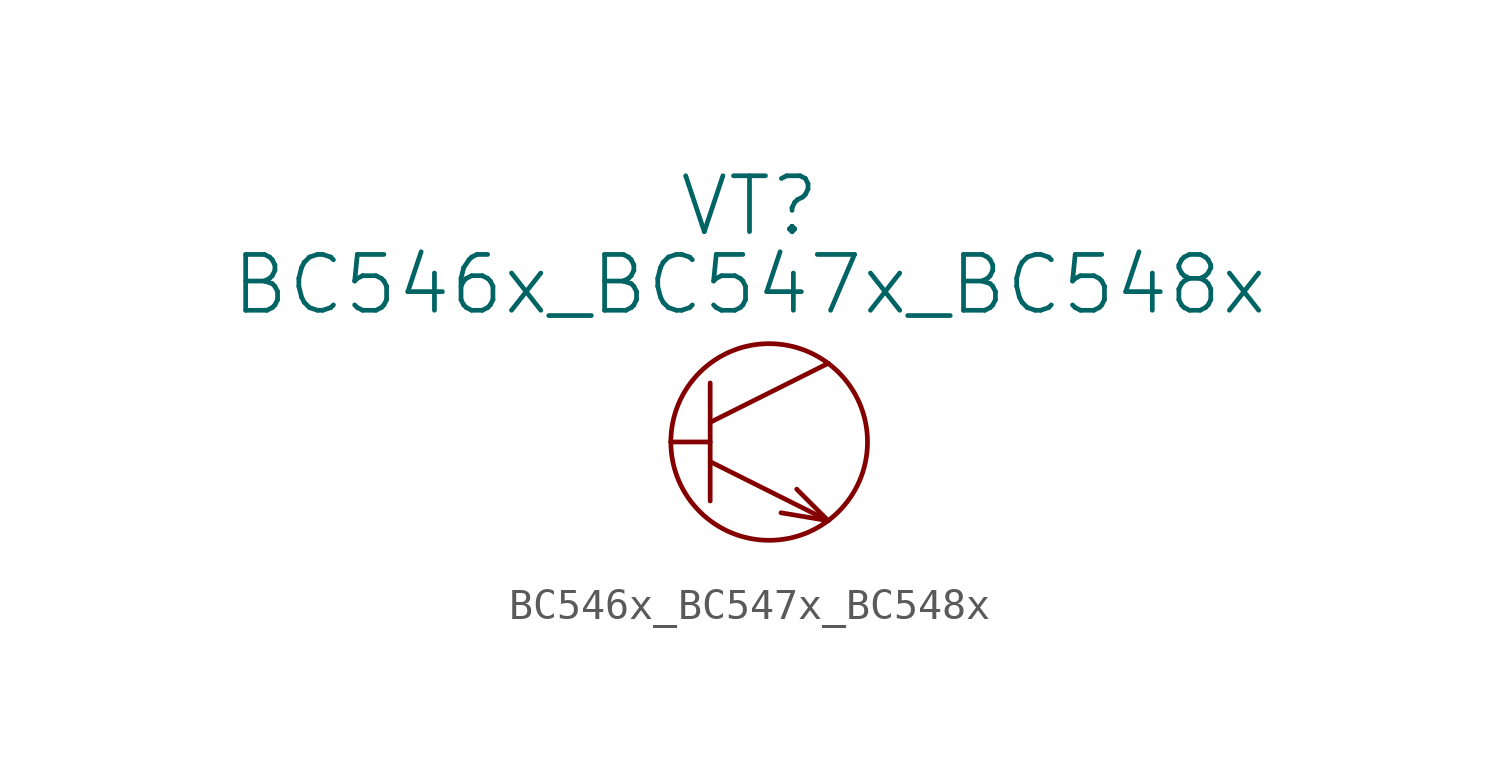
<source format=kicad_sym>
(kicad_symbol_lib
  (version 20211014)
  (generator kicad_symbol_editor)
  (symbol "BC546x_BC547x_BC548x"
    (pin_numbers hide)
    (pin_names
      (offset 0))
    (property "Reference" "VT"
      (at 2.54 7.62 0)
      (effects (font (size 1.803 1.803))))
    (property "Value" "BC546x_BC547x_BC548x"
      (at 2.54 5.08 0)
      (effects (font (size 1.803 1.803))))
    (property "Footprint" ""
      (at 0 0 0)
      (effects (font (size 1.524 1.524))))
    (property "Datasheet" ""
      (at 0 0 0)
      (effects (font (size 1.524 1.524))))
    (symbol "BC546x_BC547x_BC548x_0_1"
      (polyline (pts (xy 1.27 0) (xy 0 0)) (stroke (width 0) (type default) (color 0 0 0 0)) (fill (type none)))
      (polyline (pts (xy 1.27 0.635) (xy 5.08 2.54)) (stroke (width 0) (type default) (color 0 0 0 0)) (fill (type none)))
      (polyline (pts (xy 1.27 1.905) (xy 1.27 -1.905)) (stroke (width 0) (type default) (color 0 0 0 0)) (fill (type none)))
      (polyline (pts (xy 5.08 -2.54) (xy 1.27 -0.635)) (stroke (width 0) (type default) (color 0 0 0 0)) (fill (type none)))
      (polyline (pts (xy 5.08 -2.54) (xy 3.556 -2.286)) (stroke (width 0) (type default) (color 0 0 0 0)) (fill (type none)))
      (polyline (pts (xy 5.08 -2.54) (xy 4.064 -1.524)) (stroke (width 0) (type default) (color 0 0 0 0)) (fill (type none)))
      (circle (center 3.175 0) (radius 3.175) (stroke (width 0) (type default) (color 0 0 0 0)) (fill (type none))))
    (symbol "BC546x_BC547x_BC548x_1_1"
      (pin input line (at 5.08 2.54 180) (length 0) (name "~" (effects (font (size 1.27 1.27)))) (number "1" (effects (font (size 1.27 1.27)))))
      (pin input line (at 0 0 0) (length 0) (name "~" (effects (font (size 1.27 1.27)))) (number "2" (effects (font (size 1.27 1.27)))))
      (pin output line (at 5.08 -2.54 180) (length 0) (name "~" (effects (font (size 1.27 1.27)))) (number "3" (effects (font (size 1.27 1.27))))))))
</source>
